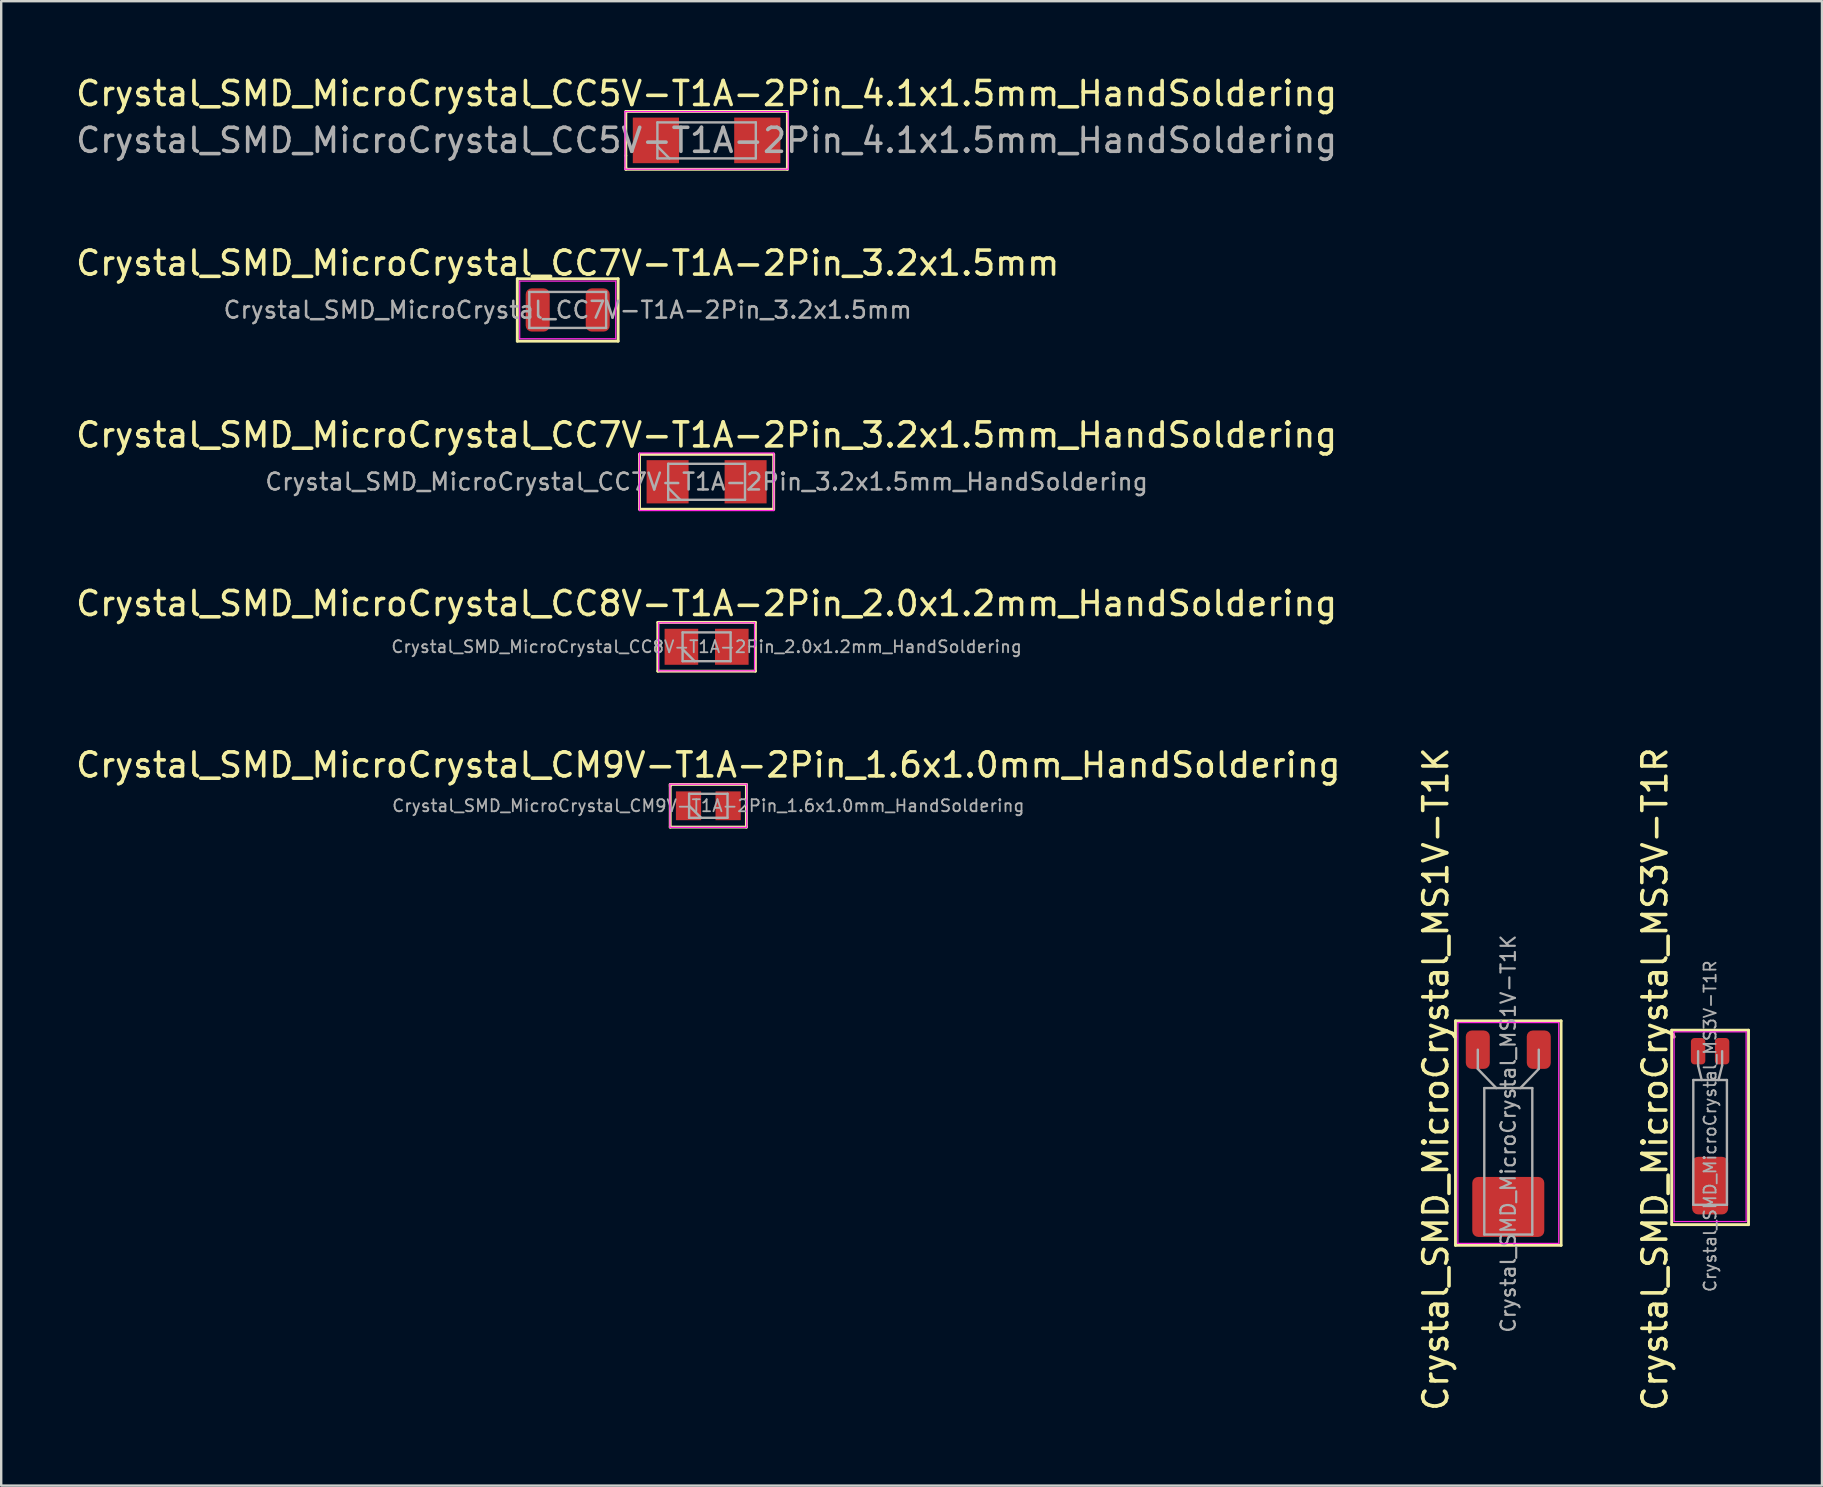
<source format=kicad_pcb>
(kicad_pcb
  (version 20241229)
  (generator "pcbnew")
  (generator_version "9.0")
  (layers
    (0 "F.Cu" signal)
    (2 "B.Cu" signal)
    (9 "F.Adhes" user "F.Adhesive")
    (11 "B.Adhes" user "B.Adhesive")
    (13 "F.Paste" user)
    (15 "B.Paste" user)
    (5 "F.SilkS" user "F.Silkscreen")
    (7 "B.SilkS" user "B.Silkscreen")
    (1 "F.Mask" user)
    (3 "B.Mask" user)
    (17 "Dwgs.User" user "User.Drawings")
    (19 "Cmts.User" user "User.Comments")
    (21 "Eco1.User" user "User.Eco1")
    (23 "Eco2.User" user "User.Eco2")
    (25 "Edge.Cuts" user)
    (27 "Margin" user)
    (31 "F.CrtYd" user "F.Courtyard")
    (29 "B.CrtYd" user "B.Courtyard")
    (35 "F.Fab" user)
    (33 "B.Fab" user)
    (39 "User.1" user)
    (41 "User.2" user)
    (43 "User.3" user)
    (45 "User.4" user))
  (footprint "Crystal_SMD_MicroCrystal_CC7V-T1A-2Pin_3.2x1.5mm"
    (layer "F.Cu")
    (at 20.601 9.863)
    (property "Reference" "Crystal_SMD_MicroCrystal_CC7V-T1A-2Pin_3.2x1.5mm" (at 0 -1.95 0) (layer "F.SilkS") (effects (font (size 1 1) (thickness 0.15))))
    (attr smd)
    (fp_line (start -2.1 -1.3) (end -2.1 1.3) (stroke (width 0.12) (type solid)) (layer "F.SilkS"))
    (fp_line (start -2.1 1.3) (end 2.1 1.3) (stroke (width 0.12) (type solid)) (layer "F.SilkS"))
    (fp_line (start 2.1 -1.3) (end -2.1 -1.3) (stroke (width 0.12) (type solid)) (layer "F.SilkS"))
    (fp_line (start 2.1 1.3) (end 2.1 -1.3) (stroke (width 0.12) (type solid)) (layer "F.SilkS"))
    (fp_line (start -2 -1.2) (end -2 1.2) (stroke (width 0.05) (type solid)) (layer "F.CrtYd"))
    (fp_line (start -2 1.2) (end 2 1.2) (stroke (width 0.05) (type solid)) (layer "F.CrtYd"))
    (fp_line (start 2 -1.2) (end -2 -1.2) (stroke (width 0.05) (type solid)) (layer "F.CrtYd"))
    (fp_line (start 2 1.2) (end 2 -1.2) (stroke (width 0.05) (type solid)) (layer "F.CrtYd"))
    (fp_line (start -1.6 -0.75) (end -1.6 0.75) (stroke (width 0.1) (type solid)) (layer "F.Fab"))
    (fp_line (start -1.6 0.75) (end 1.6 0.75) (stroke (width 0.1) (type solid)) (layer "F.Fab"))
    (fp_line (start 1.6 -0.75) (end -1.6 -0.75) (stroke (width 0.1) (type solid)) (layer "F.Fab"))
    (fp_line (start 1.6 0.75) (end 1.6 -0.75) (stroke (width 0.1) (type solid)) (layer "F.Fab"))
    (fp_text user "${REFERENCE}" (at 0 0 0) (layer "F.Fab") (effects (font (size 0.7 0.7) (thickness 0.105))))
    (pad "1" smd roundrect (at -1.25 0) (size 1 1.8) (layers "F.Cu" "F.Mask" "F.Paste") (roundrect_rratio 0.25))
    (pad "2" smd roundrect (at 1.25 0) (size 1 1.8) (layers "F.Cu" "F.Mask" "F.Paste") (roundrect_rratio 0.25)))
  (footprint "Crystal_SMD_MicroCrystal_CM9V-T1A-2Pin_1.6x1.0mm_HandSoldering"
    (layer "F.Cu")
    (at 26.458 30.519)
    (property "Reference" "Crystal_SMD_MicroCrystal_CM9V-T1A-2Pin_1.6x1.0mm_HandSoldering" (at 0 -1.7 0) (layer "F.SilkS") (effects (font (size 1 1) (thickness 0.15))))
    (attr smd)
    (fp_line (start -1.587 -0.889) (end -1.587 -0.826) (stroke (width 0.12) (type solid)) (layer "F.SilkS"))
    (fp_line (start -1.587 -0.826) (end -1.587 0.889) (stroke (width 0.12) (type solid)) (layer "F.SilkS"))
    (fp_line (start -1.587 0.889) (end 1.587 0.889) (stroke (width 0.12) (type solid)) (layer "F.SilkS"))
    (fp_line (start 1.587 -0.889) (end -1.587 -0.889) (stroke (width 0.12) (type solid)) (layer "F.SilkS"))
    (fp_line (start 1.587 0.889) (end 1.587 -0.889) (stroke (width 0.12) (type solid)) (layer "F.SilkS"))
    (fp_line (start -1.6 -0.9) (end -1.6 0.9) (stroke (width 0.05) (type solid)) (layer "F.CrtYd"))
    (fp_line (start -1.6 0.9) (end 1.6 0.9) (stroke (width 0.05) (type solid)) (layer "F.CrtYd"))
    (fp_line (start 1.6 -0.9) (end -1.6 -0.9) (stroke (width 0.05) (type solid)) (layer "F.CrtYd"))
    (fp_line (start 1.6 0.9) (end 1.6 -0.9) (stroke (width 0.05) (type solid)) (layer "F.CrtYd"))
    (fp_line (start -0.8 -0.5) (end -0.8 0.5) (stroke (width 0.1) (type solid)) (layer "F.Fab"))
    (fp_line (start -0.8 0) (end -0.3 0.5) (stroke (width 0.1) (type solid)) (layer "F.Fab"))
    (fp_line (start -0.8 0.5) (end 0.8 0.5) (stroke (width 0.1) (type solid)) (layer "F.Fab"))
    (fp_line (start 0.8 -0.5) (end -0.8 -0.5) (stroke (width 0.1) (type solid)) (layer "F.Fab"))
    (fp_line (start 0.8 0.5) (end 0.8 -0.5) (stroke (width 0.1) (type solid)) (layer "F.Fab"))
    (fp_text user "${REFERENCE}" (at 0 0 0) (layer "F.Fab") (effects (font (size 0.5 0.5) (thickness 0.075))))
    (pad "1" smd rect (at -0.825 0) (size 1.05 1.2) (layers "F.Cu" "F.Mask" "F.Paste"))
    (pad "2" smd rect (at 0.825 0) (size 1.05 1.2) (layers "F.Cu" "F.Mask" "F.Paste")))
  (footprint "Crystal_SMD_MicroCrystal_CC7V-T1A-2Pin_3.2x1.5mm_HandSoldering"
    (layer "F.Cu")
    (at 26.387 17.021)
    (property "Reference" "Crystal_SMD_MicroCrystal_CC7V-T1A-2Pin_3.2x1.5mm_HandSoldering" (at 0 -1.95 0) (layer "F.SilkS") (effects (font (size 1 1) (thickness 0.15))))
    (attr smd)
    (fp_line (start -2.794 -1.143) (end -2.794 1.143) (stroke (width 0.12) (type solid)) (layer "F.SilkS"))
    (fp_line (start -2.794 1.143) (end 2.794 1.143) (stroke (width 0.12) (type solid)) (layer "F.SilkS"))
    (fp_line (start 2.794 -1.143) (end -2.794 -1.143) (stroke (width 0.12) (type solid)) (layer "F.SilkS"))
    (fp_line (start 2.794 1.143) (end 2.794 -1.143) (stroke (width 0.12) (type solid)) (layer "F.SilkS"))
    (fp_line (start -2.8 -1.2) (end -2.8 1.2) (stroke (width 0.05) (type solid)) (layer "F.CrtYd"))
    (fp_line (start -2.8 1.2) (end 2.8 1.2) (stroke (width 0.05) (type solid)) (layer "F.CrtYd"))
    (fp_line (start 2.8 -1.2) (end -2.8 -1.2) (stroke (width 0.05) (type solid)) (layer "F.CrtYd"))
    (fp_line (start 2.8 1.2) (end 2.8 -1.2) (stroke (width 0.05) (type solid)) (layer "F.CrtYd"))
    (fp_line (start -1.6 -0.75) (end -1.6 0.75) (stroke (width 0.1) (type solid)) (layer "F.Fab"))
    (fp_line (start -1.6 0.25) (end -1.1 0.75) (stroke (width 0.1) (type solid)) (layer "F.Fab"))
    (fp_line (start -1.6 0.75) (end 1.6 0.75) (stroke (width 0.1) (type solid)) (layer "F.Fab"))
    (fp_line (start 1.6 -0.75) (end -1.6 -0.75) (stroke (width 0.1) (type solid)) (layer "F.Fab"))
    (fp_line (start 1.6 0.75) (end 1.6 -0.75) (stroke (width 0.1) (type solid)) (layer "F.Fab"))
    (fp_text user "${REFERENCE}" (at 0 0 0) (layer "F.Fab") (effects (font (size 0.7 0.7) (thickness 0.105))))
    (pad "1" smd rect (at -1.625 0) (size 1.75 1.8) (layers "F.Cu" "F.Mask" "F.Paste"))
    (pad "2" smd rect (at 1.625 0) (size 1.75 1.8) (layers "F.Cu" "F.Mask" "F.Paste")))
  (footprint "Crystal_SMD_MicroCrystal_MS3V-T1R"
    (layer "F.Cu")
    (at 68.193 43.868)
    (property "Reference" "Crystal_SMD_MicroCrystal_MS3V-T1R" (at -2.3 -1.962 90) (layer "F.SilkS") (effects (font (size 1 1) (thickness 0.15))))
    (attr smd)
    (fp_line (start -1.6 -4) (end -1.6 4.1) (stroke (width 0.12) (type solid)) (layer "F.SilkS"))
    (fp_line (start -1.6 4.1) (end 1.6 4.1) (stroke (width 0.12) (type solid)) (layer "F.SilkS"))
    (fp_line (start 1.6 -4) (end -1.6 -4) (stroke (width 0.12) (type solid)) (layer "F.SilkS"))
    (fp_line (start 1.6 4.1) (end 1.6 -4) (stroke (width 0.12) (type solid)) (layer "F.SilkS"))
    (fp_line (start -1.5 -3.93) (end -1.5 3.97) (stroke (width 0.05) (type solid)) (layer "F.CrtYd"))
    (fp_line (start -1.5 3.97) (end 1.5 3.97) (stroke (width 0.05) (type solid)) (layer "F.CrtYd"))
    (fp_line (start 1.5 -3.93) (end -1.5 -3.93) (stroke (width 0.05) (type solid)) (layer "F.CrtYd"))
    (fp_line (start 1.5 3.97) (end 1.5 -3.93) (stroke (width 0.05) (type solid)) (layer "F.CrtYd"))
    (fp_line (start -0.7 -1.925) (end -0.7 3.275) (stroke (width 0.1) (type solid)) (layer "F.Fab"))
    (fp_line (start -0.7 3.275) (end 0.7 3.275) (stroke (width 0.1) (type solid)) (layer "F.Fab"))
    (fp_line (start -0.5 -2.525) (end -0.5 -3.125) (stroke (width 0.1) (type solid)) (layer "F.Fab"))
    (fp_line (start -0.35 -1.925) (end -0.5 -2.525) (stroke (width 0.1) (type solid)) (layer "F.Fab"))
    (fp_line (start 0.35 -1.925) (end 0.5 -2.525) (stroke (width 0.1) (type solid)) (layer "F.Fab"))
    (fp_line (start 0.5 -2.525) (end 0.5 -3.125) (stroke (width 0.1) (type solid)) (layer "F.Fab"))
    (fp_line (start 0.7 -1.925) (end -0.7 -1.925) (stroke (width 0.1) (type solid)) (layer "F.Fab"))
    (fp_line (start 0.7 3.275) (end 0.7 -1.925) (stroke (width 0.1) (type solid)) (layer "F.Fab"))
    (fp_text user "${REFERENCE}" (at 0 0 90) (layer "F.Fab") (effects (font (size 0.5 0.5) (thickness 0.075))))
    (pad "1" smd roundrect (at -0.5 -3.125) (size 0.6 1.1) (layers "F.Cu" "F.Mask" "F.Paste") (roundrect_rratio 0.25))
    (pad "2" smd roundrect (at 0.5 -3.125) (size 0.6 1.1) (layers "F.Cu" "F.Mask" "F.Paste") (roundrect_rratio 0.25))
    (pad "3" smd roundrect (at 0 2.475) (size 1.5 2.4) (layers "F.Cu" "F.Mask" "F.Paste") (roundrect_rratio 0.167)))
  (footprint "Crystal_SMD_MicroCrystal_MS1V-T1K"
    (layer "F.Cu")
    (at 59.785 44.18)
    (property "Reference" "Crystal_SMD_MicroCrystal_MS1V-T1K" (at -3.02 -2.275 90) (layer "F.SilkS") (effects (font (size 1 1) (thickness 0.15))))
    (attr smd)
    (fp_line (start -2.2 -4.7) (end -2.2 4.6) (stroke (width 0.12) (type solid)) (layer "F.SilkS"))
    (fp_line (start -2.2 4.6) (end -2.2 4.65) (stroke (width 0.12) (type solid)) (layer "F.SilkS"))
    (fp_line (start -2.2 4.65) (end 2.2 4.65) (stroke (width 0.12) (type solid)) (layer "F.SilkS"))
    (fp_line (start 2.2 -4.7) (end -2.2 -4.7) (stroke (width 0.12) (type solid)) (layer "F.SilkS"))
    (fp_line (start 2.2 4.65) (end 2.2 -4.7) (stroke (width 0.12) (type solid)) (layer "F.SilkS"))
    (fp_line (start -2.1 -4.63) (end -2.1 4.57) (stroke (width 0.05) (type solid)) (layer "F.CrtYd"))
    (fp_line (start -2.1 4.57) (end 2.1 4.57) (stroke (width 0.05) (type solid)) (layer "F.CrtYd"))
    (fp_line (start 2.1 -4.63) (end -2.1 -4.63) (stroke (width 0.05) (type solid)) (layer "F.CrtYd"))
    (fp_line (start 2.1 4.57) (end 2.1 -4.63) (stroke (width 0.05) (type solid)) (layer "F.CrtYd"))
    (fp_line (start -1.27 -2.7) (end -1.27 -3.5) (stroke (width 0.1) (type solid)) (layer "F.Fab"))
    (fp_line (start -1 -1.9) (end -1 4.2) (stroke (width 0.1) (type solid)) (layer "F.Fab"))
    (fp_line (start -1 4.2) (end 1 4.2) (stroke (width 0.1) (type solid)) (layer "F.Fab"))
    (fp_line (start -0.5 -1.9) (end -1.27 -2.7) (stroke (width 0.1) (type solid)) (layer "F.Fab"))
    (fp_line (start 0.5 -1.9) (end 1.27 -2.7) (stroke (width 0.1) (type solid)) (layer "F.Fab"))
    (fp_line (start 1 -1.9) (end -1 -1.9) (stroke (width 0.1) (type solid)) (layer "F.Fab"))
    (fp_line (start 1 4.2) (end 1 -1.9) (stroke (width 0.1) (type solid)) (layer "F.Fab"))
    (fp_line (start 1.27 -2.7) (end 1.27 -3.5) (stroke (width 0.1) (type solid)) (layer "F.Fab"))
    (fp_text user "${REFERENCE}" (at 0 0 90) (layer "F.Fab") (effects (font (size 0.6 0.6) (thickness 0.09))))
    (pad "1" smd roundrect (at -1.27 -3.5) (size 1 1.6) (layers "F.Cu" "F.Mask" "F.Paste") (roundrect_rratio 0.25))
    (pad "2" smd roundrect (at 1.27 -3.5) (size 1 1.6) (layers "F.Cu" "F.Mask" "F.Paste") (roundrect_rratio 0.25))
    (pad "3" smd roundrect (at 0 3.05) (size 3 2.5) (layers "F.Cu" "F.Mask" "F.Paste") (roundrect_rratio 0.1)))
  (footprint "Crystal_SMD_MicroCrystal_CC8V-T1A-2Pin_2.0x1.2mm_HandSoldering"
    (layer "F.Cu")
    (at 26.387 23.895)
    (property "Reference" "Crystal_SMD_MicroCrystal_CC8V-T1A-2Pin_2.0x1.2mm_HandSoldering" (at 0 -1.8 0) (layer "F.SilkS") (effects (font (size 1 1) (thickness 0.15))))
    (attr smd)
    (fp_line (start -2.032 -1.016) (end -2.032 1.016) (stroke (width 0.12) (type solid)) (layer "F.SilkS"))
    (fp_line (start -2.032 1.016) (end 2.032 1.016) (stroke (width 0.12) (type solid)) (layer "F.SilkS"))
    (fp_line (start -1.905 -1.016) (end -2.032 -1.016) (stroke (width 0.12) (type solid)) (layer "F.SilkS"))
    (fp_line (start 2.032 -1.016) (end -1.905 -1.016) (stroke (width 0.12) (type solid)) (layer "F.SilkS"))
    (fp_line (start 2.032 1.016) (end 2.032 -1.016) (stroke (width 0.12) (type solid)) (layer "F.SilkS"))
    (fp_line (start -2 -1) (end -2 1) (stroke (width 0.05) (type solid)) (layer "F.CrtYd"))
    (fp_line (start -2 1) (end 2 1) (stroke (width 0.05) (type solid)) (layer "F.CrtYd"))
    (fp_line (start 2 -1) (end -2 -1) (stroke (width 0.05) (type solid)) (layer "F.CrtYd"))
    (fp_line (start 2 1) (end 2 -1) (stroke (width 0.05) (type solid)) (layer "F.CrtYd"))
    (fp_line (start -1 -0.6) (end -1 0.6) (stroke (width 0.1) (type solid)) (layer "F.Fab"))
    (fp_line (start -1 0.1) (end -0.5 0.6) (stroke (width 0.1) (type solid)) (layer "F.Fab"))
    (fp_line (start -1 0.6) (end 1 0.6) (stroke (width 0.1) (type solid)) (layer "F.Fab"))
    (fp_line (start 1 -0.6) (end -1 -0.6) (stroke (width 0.1) (type solid)) (layer "F.Fab"))
    (fp_line (start 1 0.6) (end 1 -0.6) (stroke (width 0.1) (type solid)) (layer "F.Fab"))
    (fp_text user "${REFERENCE}" (at 0 0 0) (layer "F.Fab") (effects (font (size 0.5 0.5) (thickness 0.075))))
    (pad "1" smd rect (at -1.05 0) (size 1.4 1.5) (layers "F.Cu" "F.Mask" "F.Paste"))
    (pad "2" smd rect (at 1.05 0) (size 1.4 1.5) (layers "F.Cu" "F.Mask" "F.Paste")))
  (footprint "Crystal_SMD_MicroCrystal_CC5V-T1A-2Pin_4.1x1.5mm_HandSoldering"
    (layer "F.Cu")
    (at 26.387 2.798)
    (property "Reference" "Crystal_SMD_MicroCrystal_CC5V-T1A-2Pin_4.1x1.5mm_HandSoldering" (at 0 -1.95 0) (layer "F.SilkS") (effects (font (size 1 1) (thickness 0.15))))
    (attr smd)
    (fp_line (start -3.365 -1.206) (end -3.365 0.635) (stroke (width 0.12) (type solid)) (layer "F.SilkS"))
    (fp_line (start -3.365 0.635) (end -3.365 1.143) (stroke (width 0.12) (type solid)) (layer "F.SilkS"))
    (fp_line (start -3.365 1.143) (end -3.365 1.206) (stroke (width 0.12) (type solid)) (layer "F.SilkS"))
    (fp_line (start -3.365 1.206) (end 3.365 1.206) (stroke (width 0.12) (type solid)) (layer "F.SilkS"))
    (fp_line (start 3.365 -1.206) (end -3.365 -1.206) (stroke (width 0.12) (type solid)) (layer "F.SilkS"))
    (fp_line (start 3.365 1.206) (end 3.365 -1.206) (stroke (width 0.12) (type solid)) (layer "F.SilkS"))
    (fp_line (start -3.4 -1.2) (end -3.4 1.2) (stroke (width 0.05) (type solid)) (layer "F.CrtYd"))
    (fp_line (start -3.4 1.2) (end 3.4 1.2) (stroke (width 0.05) (type solid)) (layer "F.CrtYd"))
    (fp_line (start 3.4 -1.2) (end -3.4 -1.2) (stroke (width 0.05) (type solid)) (layer "F.CrtYd"))
    (fp_line (start 3.4 1.2) (end 3.4 -1.2) (stroke (width 0.05) (type solid)) (layer "F.CrtYd"))
    (fp_line (start -2.05 -0.75) (end -2.05 0.75) (stroke (width 0.1) (type solid)) (layer "F.Fab"))
    (fp_line (start -2.05 0.25) (end -1.55 0.75) (stroke (width 0.1) (type solid)) (layer "F.Fab"))
    (fp_line (start -2.05 0.75) (end 2.05 0.75) (stroke (width 0.1) (type solid)) (layer "F.Fab"))
    (fp_line (start 2.05 -0.75) (end -2.05 -0.75) (stroke (width 0.1) (type solid)) (layer "F.Fab"))
    (fp_line (start 2.05 0.75) (end 2.05 -0.75) (stroke (width 0.1) (type solid)) (layer "F.Fab"))
    (fp_text user "${REFERENCE}" (at 0 0 0) (layer "F.Fab") (effects (font (size 1 1) (thickness 0.15))))
    (pad "1" smd rect (at -2.112 0) (size 1.925 1.9) (layers "F.Cu" "F.Mask" "F.Paste"))
    (pad "2" smd rect (at 2.112 0) (size 1.925 1.9) (layers "F.Cu" "F.Mask" "F.Paste")))
  (gr_rect
    (start -3 -3)
    (end 72.853 58.84)
    (stroke (width 0.1) (type default))
    (fill no)
    (layer "Edge.Cuts")))
</source>
